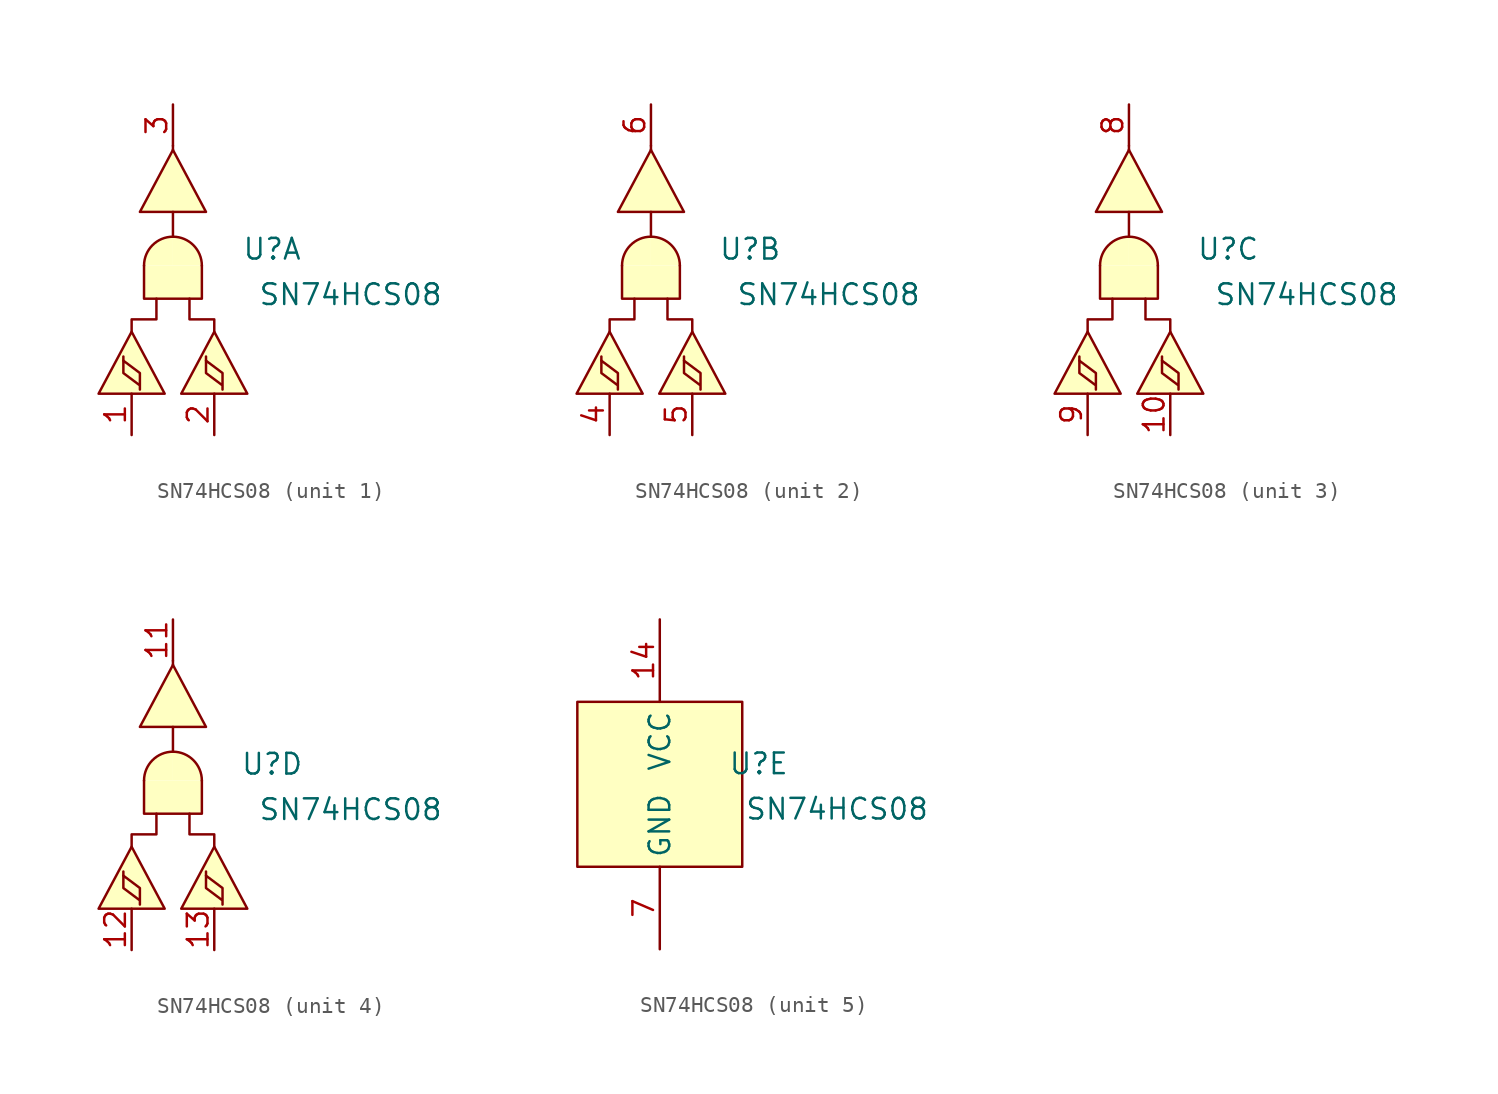
<source format=kicad_sym>
(kicad_symbol_lib
  (version 20241209)
  (generator "kicad_symbol_editor")
  (generator_version "9.0")
  (symbol "SN74HCS08"
    (property "Reference" "U"
      (at 6.096 1.27 0)
      (effects (font (size 1.27 1.27))))
    (property "Value" "SN74HCS08"
      (at 10.922 -1.524 0)
      (effects (font (size 1.27 1.27))))
    (symbol "SN74HCS08_1_1"
      (polyline (pts (xy -4.572 -7.62) (xy -0.508 -7.62) (xy -2.54 -3.81) (xy -4.572 -7.62)) (stroke (width 0) (type solid)) (fill (type color) (color 255 255 194 1)))
      (polyline (pts (xy -3.048 -5.588) (xy -3.048 -5.334)) (stroke (width 0) (type solid)) (fill (type none)))
      (polyline (pts (xy -2.54 -3.81) (xy -2.54 -3.048) (xy -1.016 -3.048) (xy -1.016 -1.778)) (stroke (width 0) (type solid)) (fill (type none)))
      (polyline (pts (xy -2.032 3.556) (xy 2.032 3.556) (xy 0 7.366) (xy -2.032 3.556)) (stroke (width 0) (type solid)) (fill (type color) (color 255 255 194 1)))
      (polyline (pts (xy -2.032 -7.112) (xy -3.048 -6.35) (xy -3.048 -5.588) (xy -2.032 -6.35) (xy -2.032 -7.366)) (stroke (width 0) (type solid)) (fill (type none)))
      (arc (start 0 2.032) (mid 1.2572 1.5112) (end 1.778 0.254) (stroke (width 0) (type solid)) (fill (type color) (color 255 255 194 1)))
      (polyline (pts (xy 0 7.62) (xy 0 7.366)) (stroke (width 0) (type solid)) (fill (type none)))
      (polyline (pts (xy 0 7.366) (xy 0 7.366)) (stroke (width 0) (type default)) (fill (type none)))
      (polyline (pts (xy 0 2.032) (xy 0 3.556)) (stroke (width 0) (type solid)) (fill (type none)))
      (arc (start -1.778 0.254) (mid -1.2572 1.5112) (end 0 2.032) (stroke (width 0) (type solid)) (fill (type color) (color 255 255 194 1)))
      (polyline (pts (xy 0.508 -7.62) (xy 4.572 -7.62) (xy 2.54 -3.81) (xy 0.508 -7.62)) (stroke (width 0) (type solid)) (fill (type color) (color 255 255 194 1)))
      (polyline (pts (xy 1.778 0.254) (xy 1.778 -1.778) (xy -1.778 -1.778) (xy -1.778 0.254)) (stroke (width 0) (type solid)) (fill (type color) (color 255 255 194 1)))
      (polyline (pts (xy 2.032 -5.588) (xy 2.032 -5.334)) (stroke (width 0) (type solid)) (fill (type none)))
      (polyline (pts (xy 2.54 -3.81) (xy 2.54 -3.048) (xy 1.016 -3.048) (xy 1.016 -1.778)) (stroke (width 0) (type solid)) (fill (type none)))
      (polyline (pts (xy 3.048 -7.112) (xy 2.032 -6.35) (xy 2.032 -5.588) (xy 3.048 -6.35) (xy 3.048 -7.366)) (stroke (width 0) (type solid)) (fill (type none)))
      (pin input line (at -2.54 -10.16 90) (length 2.54) (name "" (effects (font (size 1.27 1.27)))) (number "1" (effects (font (size 1.27 1.27)))))
      (pin output line (at 0 10.16 270) (length 2.54) (name "" (effects (font (size 1.27 1.27)))) (number "3" (effects (font (size 1.27 1.27)))))
      (pin input line (at 2.54 -10.16 90) (length 2.54) (name "" (effects (font (size 1.27 1.27)))) (number "2" (effects (font (size 1.27 1.27))))))
    (symbol "SN74HCS08_2_1"
      (polyline (pts (xy -4.572 -7.62) (xy -0.508 -7.62) (xy -2.54 -3.81) (xy -4.572 -7.62)) (stroke (width 0) (type solid)) (fill (type color) (color 255 255 194 1)))
      (polyline (pts (xy -3.048 -5.588) (xy -3.048 -5.334)) (stroke (width 0) (type solid)) (fill (type none)))
      (polyline (pts (xy -2.54 -3.81) (xy -2.54 -3.048) (xy -1.016 -3.048) (xy -1.016 -1.778)) (stroke (width 0) (type solid)) (fill (type none)))
      (polyline (pts (xy -2.032 3.556) (xy 2.032 3.556) (xy 0 7.366) (xy -2.032 3.556)) (stroke (width 0) (type solid)) (fill (type color) (color 255 255 194 1)))
      (polyline (pts (xy -2.032 -7.112) (xy -3.048 -6.35) (xy -3.048 -5.588) (xy -2.032 -6.35) (xy -2.032 -7.366)) (stroke (width 0) (type solid)) (fill (type none)))
      (arc (start 0 2.032) (mid 1.2572 1.5112) (end 1.778 0.254) (stroke (width 0) (type solid)) (fill (type color) (color 255 255 194 1)))
      (polyline (pts (xy 0 7.62) (xy 0 7.366)) (stroke (width 0) (type solid)) (fill (type none)))
      (polyline (pts (xy 0 7.366) (xy 0 7.366)) (stroke (width 0) (type default)) (fill (type none)))
      (polyline (pts (xy 0 2.032) (xy 0 3.556)) (stroke (width 0) (type solid)) (fill (type none)))
      (arc (start -1.778 0.254) (mid -1.2572 1.5112) (end 0 2.032) (stroke (width 0) (type solid)) (fill (type color) (color 255 255 194 1)))
      (polyline (pts (xy 0.508 -7.62) (xy 4.572 -7.62) (xy 2.54 -3.81) (xy 0.508 -7.62)) (stroke (width 0) (type solid)) (fill (type color) (color 255 255 194 1)))
      (polyline (pts (xy 1.778 0.254) (xy 1.778 -1.778) (xy -1.778 -1.778) (xy -1.778 0.254)) (stroke (width 0) (type solid)) (fill (type color) (color 255 255 194 1)))
      (polyline (pts (xy 2.032 -5.588) (xy 2.032 -5.334)) (stroke (width 0) (type solid)) (fill (type none)))
      (polyline (pts (xy 2.54 -3.81) (xy 2.54 -3.048) (xy 1.016 -3.048) (xy 1.016 -1.778)) (stroke (width 0) (type solid)) (fill (type none)))
      (polyline (pts (xy 3.048 -7.112) (xy 2.032 -6.35) (xy 2.032 -5.588) (xy 3.048 -6.35) (xy 3.048 -7.366)) (stroke (width 0) (type solid)) (fill (type none)))
      (pin input line (at -2.54 -10.16 90) (length 2.54) (name "" (effects (font (size 1.27 1.27)))) (number "4" (effects (font (size 1.27 1.27)))))
      (pin output line (at 0 10.16 270) (length 2.54) (name "" (effects (font (size 1.27 1.27)))) (number "6" (effects (font (size 1.27 1.27)))))
      (pin input line (at 2.54 -10.16 90) (length 2.54) (name "" (effects (font (size 1.27 1.27)))) (number "5" (effects (font (size 1.27 1.27))))))
    (symbol "SN74HCS08_3_1"
      (polyline (pts (xy -4.572 -7.62) (xy -0.508 -7.62) (xy -2.54 -3.81) (xy -4.572 -7.62)) (stroke (width 0) (type solid)) (fill (type color) (color 255 255 194 1)))
      (polyline (pts (xy -3.048 -5.588) (xy -3.048 -5.334)) (stroke (width 0) (type solid)) (fill (type none)))
      (polyline (pts (xy -2.54 -3.81) (xy -2.54 -3.048) (xy -1.016 -3.048) (xy -1.016 -1.778)) (stroke (width 0) (type solid)) (fill (type none)))
      (polyline (pts (xy -2.032 3.556) (xy 2.032 3.556) (xy 0 7.366) (xy -2.032 3.556)) (stroke (width 0) (type solid)) (fill (type color) (color 255 255 194 1)))
      (polyline (pts (xy -2.032 -7.112) (xy -3.048 -6.35) (xy -3.048 -5.588) (xy -2.032 -6.35) (xy -2.032 -7.366)) (stroke (width 0) (type solid)) (fill (type none)))
      (arc (start 0 2.032) (mid 1.2572 1.5112) (end 1.778 0.254) (stroke (width 0) (type solid)) (fill (type color) (color 255 255 194 1)))
      (polyline (pts (xy 0 7.62) (xy 0 7.366)) (stroke (width 0) (type solid)) (fill (type none)))
      (polyline (pts (xy 0 7.366) (xy 0 7.366)) (stroke (width 0) (type default)) (fill (type none)))
      (polyline (pts (xy 0 2.032) (xy 0 3.556)) (stroke (width 0) (type solid)) (fill (type none)))
      (arc (start -1.778 0.254) (mid -1.2572 1.5112) (end 0 2.032) (stroke (width 0) (type solid)) (fill (type color) (color 255 255 194 1)))
      (polyline (pts (xy 0.508 -7.62) (xy 4.572 -7.62) (xy 2.54 -3.81) (xy 0.508 -7.62)) (stroke (width 0) (type solid)) (fill (type color) (color 255 255 194 1)))
      (polyline (pts (xy 1.778 0.254) (xy 1.778 -1.778) (xy -1.778 -1.778) (xy -1.778 0.254)) (stroke (width 0) (type solid)) (fill (type color) (color 255 255 194 1)))
      (polyline (pts (xy 2.032 -5.588) (xy 2.032 -5.334)) (stroke (width 0) (type solid)) (fill (type none)))
      (polyline (pts (xy 2.54 -3.81) (xy 2.54 -3.048) (xy 1.016 -3.048) (xy 1.016 -1.778)) (stroke (width 0) (type solid)) (fill (type none)))
      (polyline (pts (xy 3.048 -7.112) (xy 2.032 -6.35) (xy 2.032 -5.588) (xy 3.048 -6.35) (xy 3.048 -7.366)) (stroke (width 0) (type solid)) (fill (type none)))
      (pin input line (at -2.54 -10.16 90) (length 2.54) (name "" (effects (font (size 1.27 1.27)))) (number "9" (effects (font (size 1.27 1.27)))))
      (pin output line (at 0 10.16 270) (length 2.54) (name "" (effects (font (size 1.27 1.27)))) (number "8" (effects (font (size 1.27 1.27)))))
      (pin input line (at 2.54 -10.16 90) (length 2.54) (name "" (effects (font (size 1.27 1.27)))) (number "10" (effects (font (size 1.27 1.27))))))
    (symbol "SN74HCS08_4_1"
      (polyline (pts (xy -4.572 -7.62) (xy -0.508 -7.62) (xy -2.54 -3.81) (xy -4.572 -7.62)) (stroke (width 0) (type solid)) (fill (type color) (color 255 255 194 1)))
      (polyline (pts (xy -3.048 -5.588) (xy -3.048 -5.334)) (stroke (width 0) (type solid)) (fill (type none)))
      (polyline (pts (xy -2.54 -3.81) (xy -2.54 -3.048) (xy -1.016 -3.048) (xy -1.016 -1.778)) (stroke (width 0) (type solid)) (fill (type none)))
      (polyline (pts (xy -2.032 3.556) (xy 2.032 3.556) (xy 0 7.366) (xy -2.032 3.556)) (stroke (width 0) (type solid)) (fill (type color) (color 255 255 194 1)))
      (polyline (pts (xy -2.032 -7.112) (xy -3.048 -6.35) (xy -3.048 -5.588) (xy -2.032 -6.35) (xy -2.032 -7.366)) (stroke (width 0) (type solid)) (fill (type none)))
      (arc (start 0 2.032) (mid 1.2572 1.5112) (end 1.778 0.254) (stroke (width 0) (type solid)) (fill (type color) (color 255 255 194 1)))
      (polyline (pts (xy 0 7.62) (xy 0 7.366)) (stroke (width 0) (type solid)) (fill (type none)))
      (polyline (pts (xy 0 7.366) (xy 0 7.366)) (stroke (width 0) (type default)) (fill (type none)))
      (polyline (pts (xy 0 2.032) (xy 0 3.556)) (stroke (width 0) (type solid)) (fill (type none)))
      (arc (start -1.778 0.254) (mid -1.2572 1.5112) (end 0 2.032) (stroke (width 0) (type solid)) (fill (type color) (color 255 255 194 1)))
      (polyline (pts (xy 0.508 -7.62) (xy 4.572 -7.62) (xy 2.54 -3.81) (xy 0.508 -7.62)) (stroke (width 0) (type solid)) (fill (type color) (color 255 255 194 1)))
      (polyline (pts (xy 1.778 0.254) (xy 1.778 -1.778) (xy -1.778 -1.778) (xy -1.778 0.254)) (stroke (width 0) (type solid)) (fill (type color) (color 255 255 194 1)))
      (polyline (pts (xy 2.032 -5.588) (xy 2.032 -5.334)) (stroke (width 0) (type solid)) (fill (type none)))
      (polyline (pts (xy 2.54 -3.81) (xy 2.54 -3.048) (xy 1.016 -3.048) (xy 1.016 -1.778)) (stroke (width 0) (type solid)) (fill (type none)))
      (polyline (pts (xy 3.048 -7.112) (xy 2.032 -6.35) (xy 2.032 -5.588) (xy 3.048 -6.35) (xy 3.048 -7.366)) (stroke (width 0) (type solid)) (fill (type none)))
      (pin input line (at -2.54 -10.16 90) (length 2.54) (name "" (effects (font (size 1.27 1.27)))) (number "12" (effects (font (size 1.27 1.27)))))
      (pin output line (at 0 10.16 270) (length 2.54) (name "" (effects (font (size 1.27 1.27)))) (number "11" (effects (font (size 1.27 1.27)))))
      (pin input line (at 2.54 -10.16 90) (length 2.54) (name "" (effects (font (size 1.27 1.27)))) (number "13" (effects (font (size 1.27 1.27))))))
    (symbol "SN74HCS08_5_1"
      (rectangle (start -5.08 5.08) (end 5.08 -5.08) (stroke (width 0) (type solid)) (fill (type color) (color 255 255 194 1)))
      (pin power_in line (at 0 10.16 270) (length 5.08) (name "VCC" (effects (font (size 1.27 1.27)))) (number "14" (effects (font (size 1.27 1.27)))))
      (pin power_in line (at 0 -10.16 90) (length 5.08) (name "GND" (effects (font (size 1.27 1.27)))) (number "7" (effects (font (size 1.27 1.27))))))))
</source>
